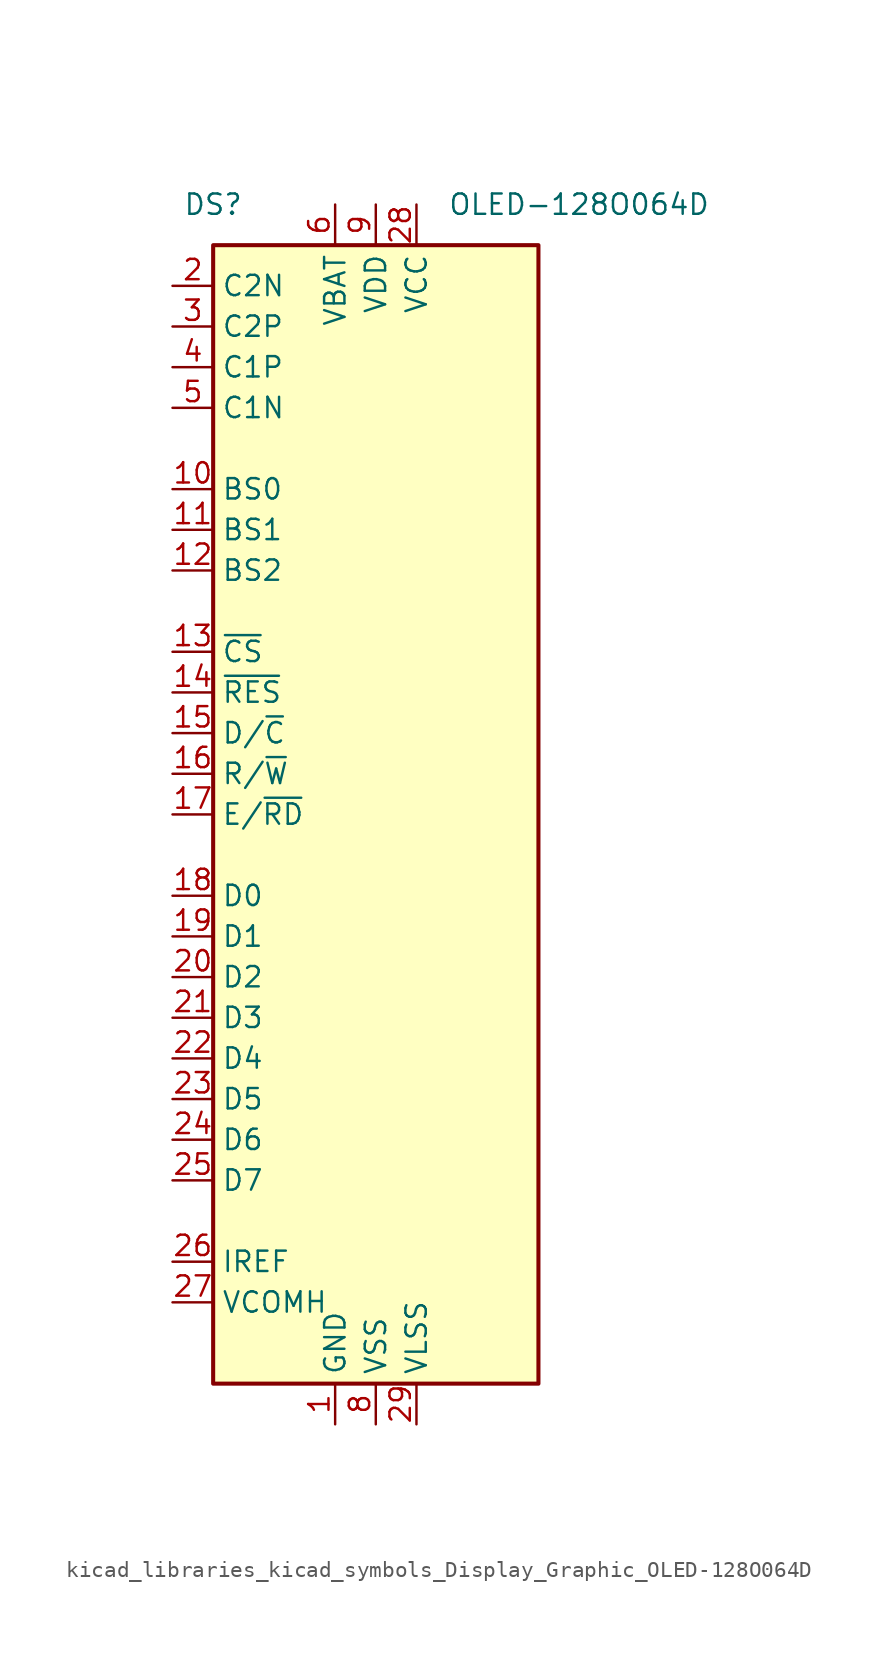
<source format=kicad_sym>
(kicad_symbol_lib
  (version 20220914)
  (generator kicad_symbol_editor)
  (symbol "kicad_libraries_kicad_symbols_Display_Graphic_OLED-128O064D"
    (property "Reference" "DS"
      (at -10.16 38.1 0)
      (effects (font (size 1.27 1.27))))
    (property "Value" "OLED-128O064D"
      (at 12.7 38.1 0)
      (effects (font (size 1.27 1.27))))
    (symbol "kicad_libraries_kicad_symbols_Display_Graphic_OLED-128O064D_0_1"
      (rectangle (start -10.16 35.56) (end 10.16 -35.56) (stroke (width 0.254) (type default)) (fill (type background))))
    (symbol "kicad_libraries_kicad_symbols_Display_Graphic_OLED-128O064D_1_1"
      (pin power_in line (at -2.54 -38.1 90) (length 2.54) (name "GND" (effects (font (size 1.27 1.27)))) (number "1" (effects (font (size 1.27 1.27)))))
      (pin input line (at -12.7 20.32 0) (length 2.54) (name "BS0" (effects (font (size 1.27 1.27)))) (number "10" (effects (font (size 1.27 1.27)))))
      (pin input line (at -12.7 17.78 0) (length 2.54) (name "BS1" (effects (font (size 1.27 1.27)))) (number "11" (effects (font (size 1.27 1.27)))))
      (pin input line (at -12.7 15.24 0) (length 2.54) (name "BS2" (effects (font (size 1.27 1.27)))) (number "12" (effects (font (size 1.27 1.27)))))
      (pin input line (at -12.7 10.16 0) (length 2.54) (name "~{CS}" (effects (font (size 1.27 1.27)))) (number "13" (effects (font (size 1.27 1.27)))))
      (pin input line (at -12.7 7.62 0) (length 2.54) (name "~{RES}" (effects (font (size 1.27 1.27)))) (number "14" (effects (font (size 1.27 1.27)))))
      (pin input line (at -12.7 5.08 0) (length 2.54) (name "D/~{C}" (effects (font (size 1.27 1.27)))) (number "15" (effects (font (size 1.27 1.27)))))
      (pin input line (at -12.7 2.54 0) (length 2.54) (name "R/~{W}" (effects (font (size 1.27 1.27)))) (number "16" (effects (font (size 1.27 1.27)))))
      (pin input line (at -12.7 0 0) (length 2.54) (name "E/~{RD}" (effects (font (size 1.27 1.27)))) (number "17" (effects (font (size 1.27 1.27)))))
      (pin bidirectional line (at -12.7 -5.08 0) (length 2.54) (name "D0" (effects (font (size 1.27 1.27)))) (number "18" (effects (font (size 1.27 1.27)))))
      (pin bidirectional line (at -12.7 -7.62 0) (length 2.54) (name "D1" (effects (font (size 1.27 1.27)))) (number "19" (effects (font (size 1.27 1.27)))))
      (pin passive line (at -12.7 33.02 0) (length 2.54) (name "C2N" (effects (font (size 1.27 1.27)))) (number "2" (effects (font (size 1.27 1.27)))))
      (pin bidirectional line (at -12.7 -10.16 0) (length 2.54) (name "D2" (effects (font (size 1.27 1.27)))) (number "20" (effects (font (size 1.27 1.27)))))
      (pin bidirectional line (at -12.7 -12.7 0) (length 2.54) (name "D3" (effects (font (size 1.27 1.27)))) (number "21" (effects (font (size 1.27 1.27)))))
      (pin bidirectional line (at -12.7 -15.24 0) (length 2.54) (name "D4" (effects (font (size 1.27 1.27)))) (number "22" (effects (font (size 1.27 1.27)))))
      (pin bidirectional line (at -12.7 -17.78 0) (length 2.54) (name "D5" (effects (font (size 1.27 1.27)))) (number "23" (effects (font (size 1.27 1.27)))))
      (pin bidirectional line (at -12.7 -20.32 0) (length 2.54) (name "D6" (effects (font (size 1.27 1.27)))) (number "24" (effects (font (size 1.27 1.27)))))
      (pin bidirectional line (at -12.7 -22.86 0) (length 2.54) (name "D7" (effects (font (size 1.27 1.27)))) (number "25" (effects (font (size 1.27 1.27)))))
      (pin passive line (at -12.7 -27.94 0) (length 2.54) (name "IREF" (effects (font (size 1.27 1.27)))) (number "26" (effects (font (size 1.27 1.27)))))
      (pin passive line (at -12.7 -30.48 0) (length 2.54) (name "VCOMH" (effects (font (size 1.27 1.27)))) (number "27" (effects (font (size 1.27 1.27)))))
      (pin power_in line (at 2.54 38.1 270) (length 2.54) (name "VCC" (effects (font (size 1.27 1.27)))) (number "28" (effects (font (size 1.27 1.27)))))
      (pin power_in line (at 2.54 -38.1 90) (length 2.54) (name "VLSS" (effects (font (size 1.27 1.27)))) (number "29" (effects (font (size 1.27 1.27)))))
      (pin passive line (at -12.7 30.48 0) (length 2.54) (name "C2P" (effects (font (size 1.27 1.27)))) (number "3" (effects (font (size 1.27 1.27)))))
      (pin passive line (at -2.54 -38.1 90) (length 2.54) hide (name "GND" (effects (font (size 1.27 1.27)))) (number "30" (effects (font (size 1.27 1.27)))))
      (pin passive line (at -12.7 27.94 0) (length 2.54) (name "C1P" (effects (font (size 1.27 1.27)))) (number "4" (effects (font (size 1.27 1.27)))))
      (pin passive line (at -12.7 25.4 0) (length 2.54) (name "C1N" (effects (font (size 1.27 1.27)))) (number "5" (effects (font (size 1.27 1.27)))))
      (pin power_in line (at -2.54 38.1 270) (length 2.54) (name "VBAT" (effects (font (size 1.27 1.27)))) (number "6" (effects (font (size 1.27 1.27)))))
      (pin no_connect line (at 10.16 0 180) (length 2.54) hide (name "NC" (effects (font (size 1.27 1.27)))) (number "7" (effects (font (size 1.27 1.27)))))
      (pin power_in line (at 0 -38.1 90) (length 2.54) (name "VSS" (effects (font (size 1.27 1.27)))) (number "8" (effects (font (size 1.27 1.27)))))
      (pin power_in line (at 0 38.1 270) (length 2.54) (name "VDD" (effects (font (size 1.27 1.27)))) (number "9" (effects (font (size 1.27 1.27))))))))
</source>
